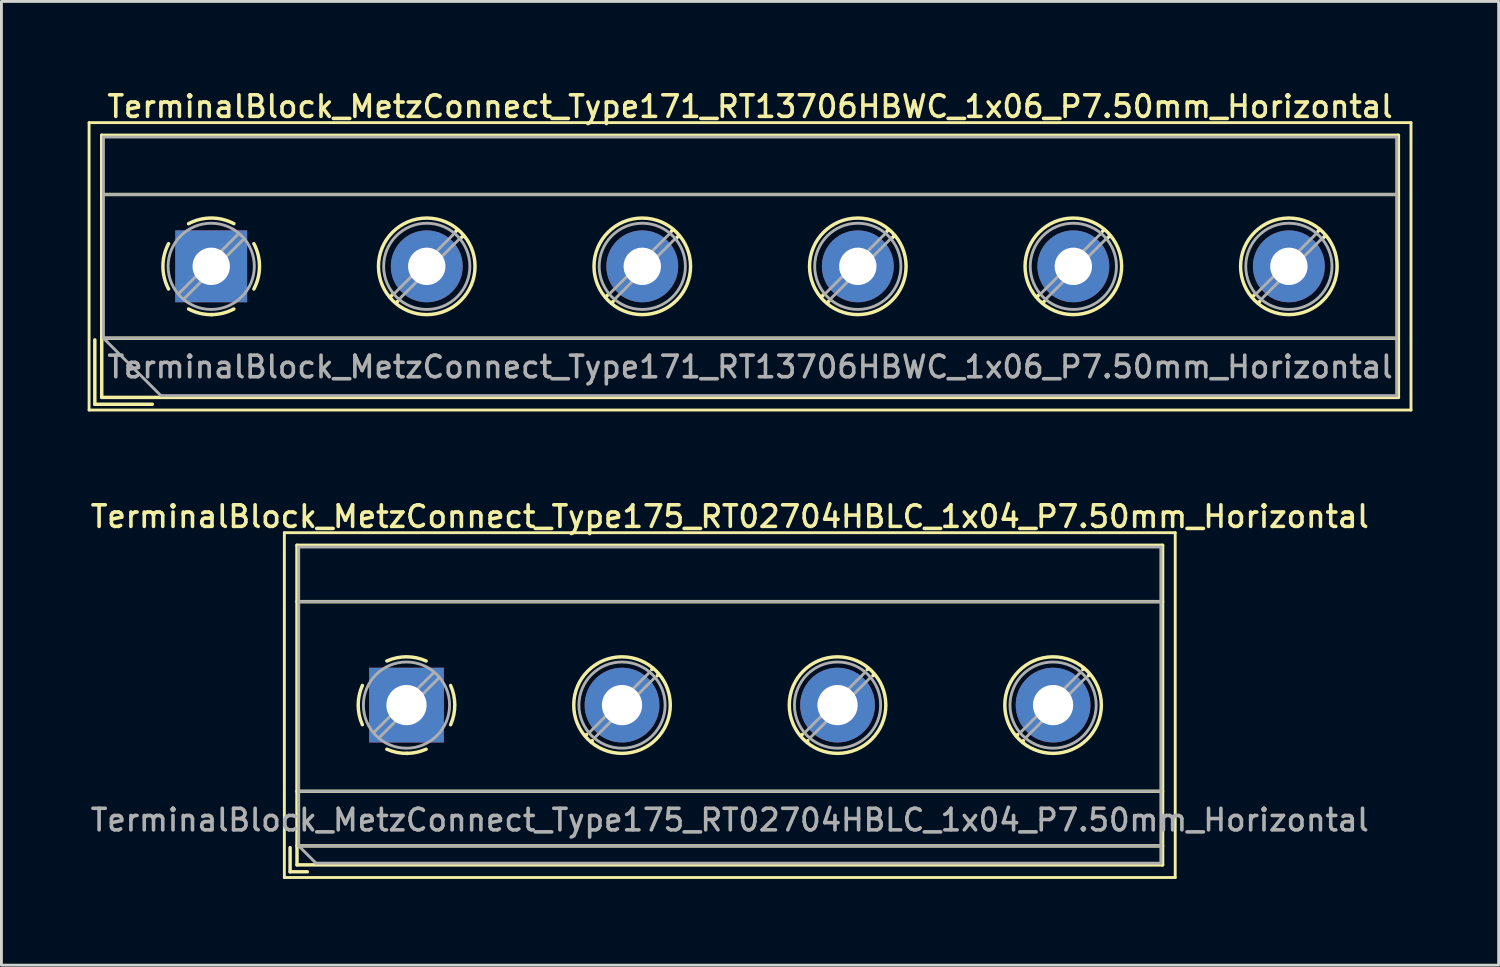
<source format=kicad_pcb>
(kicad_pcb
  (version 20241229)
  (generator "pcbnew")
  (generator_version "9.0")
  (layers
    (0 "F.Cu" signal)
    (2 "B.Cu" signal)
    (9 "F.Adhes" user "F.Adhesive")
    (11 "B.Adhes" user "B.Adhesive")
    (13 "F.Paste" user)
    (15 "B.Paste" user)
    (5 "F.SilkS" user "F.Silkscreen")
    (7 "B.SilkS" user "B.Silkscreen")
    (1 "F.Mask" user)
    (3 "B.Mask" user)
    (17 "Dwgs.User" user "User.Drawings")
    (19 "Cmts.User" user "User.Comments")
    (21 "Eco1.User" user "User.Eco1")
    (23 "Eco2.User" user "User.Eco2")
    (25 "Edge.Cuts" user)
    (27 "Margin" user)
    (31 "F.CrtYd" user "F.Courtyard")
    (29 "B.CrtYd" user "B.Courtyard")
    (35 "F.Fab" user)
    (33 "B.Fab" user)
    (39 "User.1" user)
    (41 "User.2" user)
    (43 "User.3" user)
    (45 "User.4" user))
  (footprint "TerminalBlock_MetzConnect_Type175_RT02704HBLC_1x04_P7.50mm_Horizontal"
    (layer "F.Cu")
    (at 11.095 21.486)
    (property "Reference" "TerminalBlock_MetzConnect_Type175_RT02704HBLC_1x04_P7.50mm_Horizontal" (at 11.25 -6.56 0) (layer "F.SilkS") (effects (font (size 0.75 0.75) (thickness 0.125))))
    (attr through_hole)
    (fp_line (start -4.25 -6) (end -4.25 6) (stroke (width 0.1) (type solid)) (layer "F.SilkS"))
    (fp_line (start -4.25 6) (end 26.75 6) (stroke (width 0.1) (type solid)) (layer "F.SilkS"))
    (fp_line (start -4.05 4.96) (end -4.05 5.8) (stroke (width 0.12) (type solid)) (layer "F.SilkS"))
    (fp_line (start -4.05 5.8) (end -3.45 5.8) (stroke (width 0.12) (type solid)) (layer "F.SilkS"))
    (fp_line (start -3.81 -5.56) (end -3.81 5.56) (stroke (width 0.12) (type solid)) (layer "F.SilkS"))
    (fp_line (start -3.81 -5.56) (end 26.31 -5.56) (stroke (width 0.12) (type solid)) (layer "F.SilkS"))
    (fp_line (start -3.81 -3.6) (end 26.31 -3.6) (stroke (width 0.12) (type solid)) (layer "F.SilkS"))
    (fp_line (start -3.81 3) (end 26.31 3) (stroke (width 0.12) (type solid)) (layer "F.SilkS"))
    (fp_line (start -3.81 4.9) (end 26.31 4.9) (stroke (width 0.12) (type solid)) (layer "F.SilkS"))
    (fp_line (start -3.81 5.56) (end 26.31 5.56) (stroke (width 0.12) (type solid)) (layer "F.SilkS"))
    (fp_line (start 6.273 1.023) (end 6.226 1.069) (stroke (width 0.12) (type solid)) (layer "F.SilkS"))
    (fp_line (start 6.466 1.239) (end 6.431 1.274) (stroke (width 0.12) (type solid)) (layer "F.SilkS"))
    (fp_line (start 8.57 -1.275) (end 8.535 -1.239) (stroke (width 0.12) (type solid)) (layer "F.SilkS"))
    (fp_line (start 8.775 -1.069) (end 8.728 -1.023) (stroke (width 0.12) (type solid)) (layer "F.SilkS"))
    (fp_line (start 13.773 1.023) (end 13.726 1.069) (stroke (width 0.12) (type solid)) (layer "F.SilkS"))
    (fp_line (start 13.966 1.239) (end 13.931 1.274) (stroke (width 0.12) (type solid)) (layer "F.SilkS"))
    (fp_line (start 16.07 -1.275) (end 16.035 -1.239) (stroke (width 0.12) (type solid)) (layer "F.SilkS"))
    (fp_line (start 16.275 -1.069) (end 16.228 -1.023) (stroke (width 0.12) (type solid)) (layer "F.SilkS"))
    (fp_line (start 21.273 1.023) (end 21.226 1.069) (stroke (width 0.12) (type solid)) (layer "F.SilkS"))
    (fp_line (start 21.466 1.239) (end 21.431 1.274) (stroke (width 0.12) (type solid)) (layer "F.SilkS"))
    (fp_line (start 23.57 -1.275) (end 23.535 -1.239) (stroke (width 0.12) (type solid)) (layer "F.SilkS"))
    (fp_line (start 23.775 -1.069) (end 23.728 -1.023) (stroke (width 0.12) (type solid)) (layer "F.SilkS"))
    (fp_line (start 26.31 -5.56) (end 26.31 5.56) (stroke (width 0.12) (type solid)) (layer "F.SilkS"))
    (fp_line (start 26.75 -6) (end -4.25 -6) (stroke (width 0.1) (type solid)) (layer "F.SilkS"))
    (fp_line (start 26.75 6) (end 26.75 -6) (stroke (width 0.1) (type solid)) (layer "F.SilkS"))
    (fp_arc (start -1.535427 0.683042) (mid -1.680501 -0.000524) (end -1.535 -0.684) (stroke (width 0.12) (type solid)) (layer "F.SilkS"))
    (fp_arc (start -0.683042 -1.535427) (mid 0.000524 -1.680501) (end 0.684 -1.535) (stroke (width 0.12) (type solid)) (layer "F.SilkS"))
    (fp_arc (start 0.028805 1.680253) (mid -0.335551 1.646659) (end -0.684 1.535) (stroke (width 0.12) (type solid)) (layer "F.SilkS"))
    (fp_arc (start 0.683318 1.534756) (mid 0.349292 1.643288) (end 0 1.68) (stroke (width 0.12) (type solid)) (layer "F.SilkS"))
    (fp_arc (start 1.535427 -0.683042) (mid 1.680501 0.000524) (end 1.535 0.684) (stroke (width 0.12) (type solid)) (layer "F.SilkS"))
    (fp_circle (center 7.5 0) (end 9.18 0) (stroke (width 0.12) (type solid)) (fill no) (layer "F.SilkS"))
    (fp_circle (center 15 0) (end 16.68 0) (stroke (width 0.12) (type solid)) (fill no) (layer "F.SilkS"))
    (fp_circle (center 22.5 0) (end 24.18 0) (stroke (width 0.12) (type solid)) (fill no) (layer "F.SilkS"))
    (fp_line (start -3.75 -5.5) (end 26.25 -5.5) (stroke (width 0.1) (type solid)) (layer "F.Fab"))
    (fp_line (start -3.75 -3.6) (end 26.25 -3.6) (stroke (width 0.1) (type solid)) (layer "F.Fab"))
    (fp_line (start -3.75 3) (end 26.25 3) (stroke (width 0.1) (type solid)) (layer "F.Fab"))
    (fp_line (start -3.75 4.9) (end -3.75 -5.5) (stroke (width 0.1) (type solid)) (layer "F.Fab"))
    (fp_line (start -3.75 4.9) (end 26.25 4.9) (stroke (width 0.1) (type solid)) (layer "F.Fab"))
    (fp_line (start -3.15 5.5) (end -3.75 4.9) (stroke (width 0.1) (type solid)) (layer "F.Fab"))
    (fp_line (start 0.955 -1.138) (end -1.138 0.955) (stroke (width 0.1) (type solid)) (layer "F.Fab"))
    (fp_line (start 1.138 -0.955) (end -0.955 1.138) (stroke (width 0.1) (type solid)) (layer "F.Fab"))
    (fp_line (start 8.455 -1.138) (end 6.363 0.955) (stroke (width 0.1) (type solid)) (layer "F.Fab"))
    (fp_line (start 8.638 -0.955) (end 6.546 1.138) (stroke (width 0.1) (type solid)) (layer "F.Fab"))
    (fp_line (start 15.955 -1.138) (end 13.863 0.955) (stroke (width 0.1) (type solid)) (layer "F.Fab"))
    (fp_line (start 16.138 -0.955) (end 14.046 1.138) (stroke (width 0.1) (type solid)) (layer "F.Fab"))
    (fp_line (start 23.455 -1.138) (end 21.363 0.955) (stroke (width 0.1) (type solid)) (layer "F.Fab"))
    (fp_line (start 23.638 -0.955) (end 21.546 1.138) (stroke (width 0.1) (type solid)) (layer "F.Fab"))
    (fp_line (start 26.25 -5.5) (end 26.25 5.5) (stroke (width 0.1) (type solid)) (layer "F.Fab"))
    (fp_line (start 26.25 5.5) (end -3.15 5.5) (stroke (width 0.1) (type solid)) (layer "F.Fab"))
    (fp_circle (center 0 0) (end 1.5 0) (stroke (width 0.1) (type solid)) (fill no) (layer "F.Fab"))
    (fp_circle (center 7.5 0) (end 9 0) (stroke (width 0.1) (type solid)) (fill no) (layer "F.Fab"))
    (fp_circle (center 15 0) (end 16.5 0) (stroke (width 0.1) (type solid)) (fill no) (layer "F.Fab"))
    (fp_circle (center 22.5 0) (end 24 0) (stroke (width 0.1) (type solid)) (fill no) (layer "F.Fab"))
    (fp_text user "${REFERENCE}" (at 11.25 4 0) (layer "F.Fab") (effects (font (size 0.75 0.75) (thickness 0.125))))
    (pad "1" thru_hole rect (at 0 0) (size 2.6 2.6) (drill 1.4) (layers "*.Cu" "*.Mask"))
    (pad "2" thru_hole circle (at 7.5 0) (size 2.6 2.6) (drill 1.4) (layers "*.Cu" "*.Mask"))
    (pad "3" thru_hole circle (at 15 0) (size 2.6 2.6) (drill 1.4) (layers "*.Cu" "*.Mask"))
    (pad "4" thru_hole circle (at 22.5 0) (size 2.6 2.6) (drill 1.4) (layers "*.Cu" "*.Mask")))
  (footprint "TerminalBlock_MetzConnect_Type171_RT13706HBWC_1x06_P7.50mm_Horizontal"
    (layer "F.Cu")
    (at 4.3 6.218)
    (property "Reference" "TerminalBlock_MetzConnect_Type171_RT13706HBWC_1x06_P7.50mm_Horizontal" (at 18.75 -5.56 0) (layer "F.SilkS") (effects (font (size 0.75 0.75) (thickness 0.125))))
    (attr through_hole)
    (fp_line (start -4.25 -5) (end -4.25 5) (stroke (width 0.1) (type solid)) (layer "F.SilkS"))
    (fp_line (start -4.25 5) (end 41.75 5) (stroke (width 0.1) (type solid)) (layer "F.SilkS"))
    (fp_line (start -4.05 2.56) (end -4.05 4.8) (stroke (width 0.12) (type solid)) (layer "F.SilkS"))
    (fp_line (start -4.05 4.8) (end -2.05 4.8) (stroke (width 0.12) (type solid)) (layer "F.SilkS"))
    (fp_line (start -3.81 -4.56) (end -3.81 4.56) (stroke (width 0.12) (type solid)) (layer "F.SilkS"))
    (fp_line (start -3.81 -4.56) (end 41.31 -4.56) (stroke (width 0.12) (type solid)) (layer "F.SilkS"))
    (fp_line (start -3.81 -2.5) (end 41.31 -2.5) (stroke (width 0.12) (type solid)) (layer "F.SilkS"))
    (fp_line (start -3.81 2.5) (end 41.31 2.5) (stroke (width 0.12) (type solid)) (layer "F.SilkS"))
    (fp_line (start -3.81 4.56) (end 41.31 4.56) (stroke (width 0.12) (type solid)) (layer "F.SilkS"))
    (fp_line (start 6.32 0.976) (end 6.226 1.069) (stroke (width 0.12) (type solid)) (layer "F.SilkS"))
    (fp_line (start 6.49 1.216) (end 6.431 1.274) (stroke (width 0.12) (type solid)) (layer "F.SilkS"))
    (fp_line (start 8.57 -1.275) (end 8.511 -1.216) (stroke (width 0.12) (type solid)) (layer "F.SilkS"))
    (fp_line (start 8.775 -1.069) (end 8.681 -0.976) (stroke (width 0.12) (type solid)) (layer "F.SilkS"))
    (fp_line (start 13.82 0.976) (end 13.726 1.069) (stroke (width 0.12) (type solid)) (layer "F.SilkS"))
    (fp_line (start 13.99 1.216) (end 13.931 1.274) (stroke (width 0.12) (type solid)) (layer "F.SilkS"))
    (fp_line (start 16.07 -1.275) (end 16.011 -1.216) (stroke (width 0.12) (type solid)) (layer "F.SilkS"))
    (fp_line (start 16.275 -1.069) (end 16.181 -0.976) (stroke (width 0.12) (type solid)) (layer "F.SilkS"))
    (fp_line (start 21.32 0.976) (end 21.226 1.069) (stroke (width 0.12) (type solid)) (layer "F.SilkS"))
    (fp_line (start 21.49 1.216) (end 21.431 1.274) (stroke (width 0.12) (type solid)) (layer "F.SilkS"))
    (fp_line (start 23.57 -1.275) (end 23.511 -1.216) (stroke (width 0.12) (type solid)) (layer "F.SilkS"))
    (fp_line (start 23.775 -1.069) (end 23.681 -0.976) (stroke (width 0.12) (type solid)) (layer "F.SilkS"))
    (fp_line (start 28.82 0.976) (end 28.726 1.069) (stroke (width 0.12) (type solid)) (layer "F.SilkS"))
    (fp_line (start 28.99 1.216) (end 28.931 1.274) (stroke (width 0.12) (type solid)) (layer "F.SilkS"))
    (fp_line (start 31.07 -1.275) (end 31.011 -1.216) (stroke (width 0.12) (type solid)) (layer "F.SilkS"))
    (fp_line (start 31.275 -1.069) (end 31.181 -0.976) (stroke (width 0.12) (type solid)) (layer "F.SilkS"))
    (fp_line (start 36.32 0.976) (end 36.226 1.069) (stroke (width 0.12) (type solid)) (layer "F.SilkS"))
    (fp_line (start 36.49 1.216) (end 36.431 1.274) (stroke (width 0.12) (type solid)) (layer "F.SilkS"))
    (fp_line (start 38.57 -1.275) (end 38.511 -1.216) (stroke (width 0.12) (type solid)) (layer "F.SilkS"))
    (fp_line (start 38.775 -1.069) (end 38.681 -0.976) (stroke (width 0.12) (type solid)) (layer "F.SilkS"))
    (fp_line (start 41.31 -4.56) (end 41.31 4.56) (stroke (width 0.12) (type solid)) (layer "F.SilkS"))
    (fp_line (start 41.75 -5) (end -4.25 -5) (stroke (width 0.1) (type solid)) (layer "F.SilkS"))
    (fp_line (start 41.75 5) (end 41.75 -5) (stroke (width 0.1) (type solid)) (layer "F.SilkS"))
    (fp_arc (start -1.483953 0.789089) (mid -1.680708 0.00005) (end -1.484 -0.789) (stroke (width 0.12) (type solid)) (layer "F.SilkS"))
    (fp_arc (start -0.789089 -1.483953) (mid -0.00005 -1.680708) (end 0.789 -1.484) (stroke (width 0.12) (type solid)) (layer "F.SilkS"))
    (fp_arc (start 0.029383 1.68045) (mid -0.392304 1.634281) (end -0.789 1.484) (stroke (width 0.12) (type solid)) (layer "F.SilkS"))
    (fp_arc (start 0.788712 1.483352) (mid 0.406429 1.630097) (end 0 1.68) (stroke (width 0.12) (type solid)) (layer "F.SilkS"))
    (fp_arc (start 1.483953 -0.789089) (mid 1.680708 -0.00005) (end 1.484 0.789) (stroke (width 0.12) (type solid)) (layer "F.SilkS"))
    (fp_circle (center 7.5 0) (end 9.18 0) (stroke (width 0.12) (type solid)) (fill no) (layer "F.SilkS"))
    (fp_circle (center 15 0) (end 16.68 0) (stroke (width 0.12) (type solid)) (fill no) (layer "F.SilkS"))
    (fp_circle (center 22.5 0) (end 24.18 0) (stroke (width 0.12) (type solid)) (fill no) (layer "F.SilkS"))
    (fp_circle (center 30 0) (end 31.68 0) (stroke (width 0.12) (type solid)) (fill no) (layer "F.SilkS"))
    (fp_circle (center 37.5 0) (end 39.18 0) (stroke (width 0.12) (type solid)) (fill no) (layer "F.SilkS"))
    (fp_line (start -3.75 -4.5) (end 41.25 -4.5) (stroke (width 0.1) (type solid)) (layer "F.Fab"))
    (fp_line (start -3.75 -2.5) (end 41.25 -2.5) (stroke (width 0.1) (type solid)) (layer "F.Fab"))
    (fp_line (start -3.75 2.5) (end -3.75 -4.5) (stroke (width 0.1) (type solid)) (layer "F.Fab"))
    (fp_line (start -3.75 2.5) (end 41.25 2.5) (stroke (width 0.1) (type solid)) (layer "F.Fab"))
    (fp_line (start -1.75 4.5) (end -3.75 2.5) (stroke (width 0.1) (type solid)) (layer "F.Fab"))
    (fp_line (start 0.955 -1.138) (end -1.138 0.955) (stroke (width 0.1) (type solid)) (layer "F.Fab"))
    (fp_line (start 1.138 -0.955) (end -0.955 1.138) (stroke (width 0.1) (type solid)) (layer "F.Fab"))
    (fp_line (start 8.455 -1.138) (end 6.363 0.955) (stroke (width 0.1) (type solid)) (layer "F.Fab"))
    (fp_line (start 8.638 -0.955) (end 6.546 1.138) (stroke (width 0.1) (type solid)) (layer "F.Fab"))
    (fp_line (start 15.955 -1.138) (end 13.863 0.955) (stroke (width 0.1) (type solid)) (layer "F.Fab"))
    (fp_line (start 16.138 -0.955) (end 14.046 1.138) (stroke (width 0.1) (type solid)) (layer "F.Fab"))
    (fp_line (start 23.455 -1.138) (end 21.363 0.955) (stroke (width 0.1) (type solid)) (layer "F.Fab"))
    (fp_line (start 23.638 -0.955) (end 21.546 1.138) (stroke (width 0.1) (type solid)) (layer "F.Fab"))
    (fp_line (start 30.955 -1.138) (end 28.863 0.955) (stroke (width 0.1) (type solid)) (layer "F.Fab"))
    (fp_line (start 31.138 -0.955) (end 29.046 1.138) (stroke (width 0.1) (type solid)) (layer "F.Fab"))
    (fp_line (start 38.455 -1.138) (end 36.363 0.955) (stroke (width 0.1) (type solid)) (layer "F.Fab"))
    (fp_line (start 38.638 -0.955) (end 36.546 1.138) (stroke (width 0.1) (type solid)) (layer "F.Fab"))
    (fp_line (start 41.25 -4.5) (end 41.25 4.5) (stroke (width 0.1) (type solid)) (layer "F.Fab"))
    (fp_line (start 41.25 4.5) (end -1.75 4.5) (stroke (width 0.1) (type solid)) (layer "F.Fab"))
    (fp_circle (center 0 0) (end 1.5 0) (stroke (width 0.1) (type solid)) (fill no) (layer "F.Fab"))
    (fp_circle (center 7.5 0) (end 9 0) (stroke (width 0.1) (type solid)) (fill no) (layer "F.Fab"))
    (fp_circle (center 15 0) (end 16.5 0) (stroke (width 0.1) (type solid)) (fill no) (layer "F.Fab"))
    (fp_circle (center 22.5 0) (end 24 0) (stroke (width 0.1) (type solid)) (fill no) (layer "F.Fab"))
    (fp_circle (center 30 0) (end 31.5 0) (stroke (width 0.1) (type solid)) (fill no) (layer "F.Fab"))
    (fp_circle (center 37.5 0) (end 39 0) (stroke (width 0.1) (type solid)) (fill no) (layer "F.Fab"))
    (fp_text user "${REFERENCE}" (at 18.75 3.5 0) (layer "F.Fab") (effects (font (size 0.75 0.75) (thickness 0.125))))
    (pad "1" thru_hole rect (at 0 0) (size 2.5 2.5) (drill 1.3) (layers "*.Cu" "*.Mask"))
    (pad "2" thru_hole circle (at 7.5 0) (size 2.5 2.5) (drill 1.3) (layers "*.Cu" "*.Mask"))
    (pad "3" thru_hole circle (at 15 0) (size 2.5 2.5) (drill 1.3) (layers "*.Cu" "*.Mask"))
    (pad "4" thru_hole circle (at 22.5 0) (size 2.5 2.5) (drill 1.3) (layers "*.Cu" "*.Mask"))
    (pad "5" thru_hole circle (at 30 0) (size 2.5 2.5) (drill 1.3) (layers "*.Cu" "*.Mask"))
    (pad "6" thru_hole circle (at 37.5 0) (size 2.5 2.5) (drill 1.3) (layers "*.Cu" "*.Mask")))
  (gr_rect
    (start -3 -3)
    (end 49.1 30.536)
    (stroke (width 0.1) (type default))
    (fill no)
    (layer "Edge.Cuts")))
</source>
